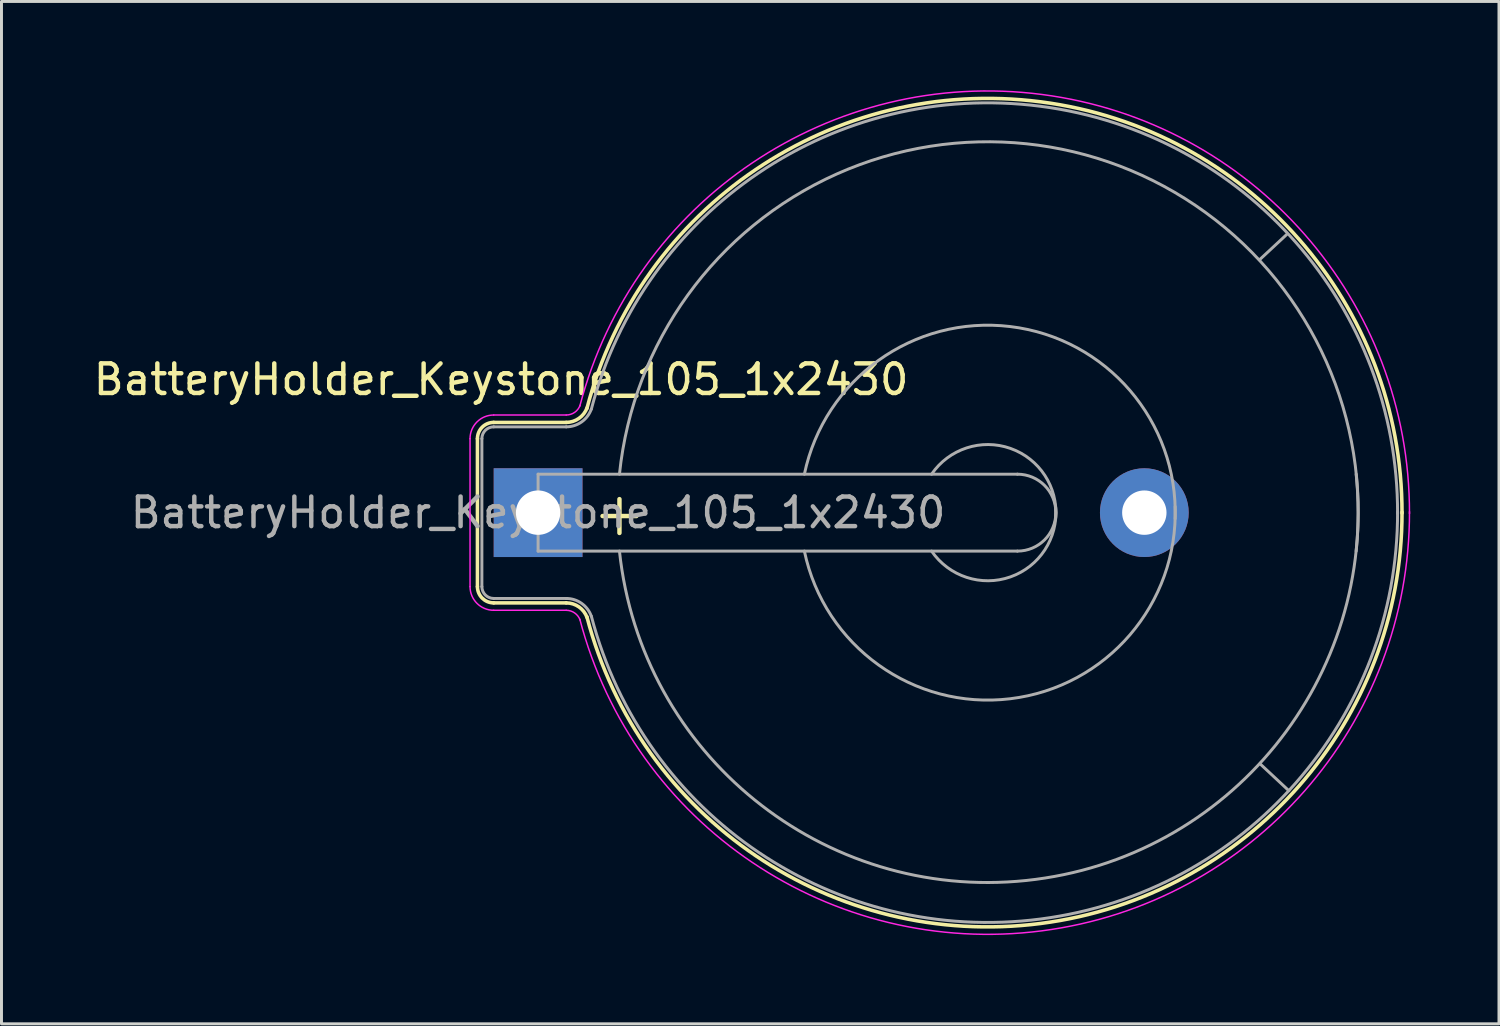
<source format=kicad_pcb>
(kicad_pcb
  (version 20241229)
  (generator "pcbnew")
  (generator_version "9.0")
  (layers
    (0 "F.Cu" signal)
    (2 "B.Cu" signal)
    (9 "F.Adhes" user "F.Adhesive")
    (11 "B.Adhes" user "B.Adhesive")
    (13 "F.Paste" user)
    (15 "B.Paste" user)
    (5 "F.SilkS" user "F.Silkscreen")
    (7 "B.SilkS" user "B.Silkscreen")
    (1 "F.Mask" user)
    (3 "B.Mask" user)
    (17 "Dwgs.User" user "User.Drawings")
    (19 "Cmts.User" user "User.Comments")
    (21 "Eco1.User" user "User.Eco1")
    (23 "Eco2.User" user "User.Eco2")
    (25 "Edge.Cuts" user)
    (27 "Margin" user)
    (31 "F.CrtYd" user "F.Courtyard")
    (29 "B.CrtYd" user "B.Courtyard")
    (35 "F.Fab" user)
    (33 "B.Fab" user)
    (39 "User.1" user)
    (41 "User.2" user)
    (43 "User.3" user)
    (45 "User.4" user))
  (footprint "BatteryHolder_Keystone_105_1x2430"
    (layer "F.Cu")
    (at 15.137 14.277)
    (property "Reference" "BatteryHolder_Keystone_105_1x2430" (at -1.25 -4.5 0) (layer "F.SilkS") (effects (font (size 1 1) (thickness 0.15))))
    (attr through_hole)
    (fp_line (start -2.05 -2.5) (end -2.05 2.5) (stroke (width 0.12) (type solid)) (layer "F.SilkS"))
    (fp_line (start -1.5 3.05) (end 0.95 3.05) (stroke (width 0.12) (type solid)) (layer "F.SilkS"))
    (fp_line (start 0.95 -3.05) (end -1.5 -3.05) (stroke (width 0.12) (type solid)) (layer "F.SilkS"))
    (fp_arc (start -2.05 -2.5) (mid -1.888909 -2.888909) (end -1.5 -3.05) (stroke (width 0.12) (type solid)) (layer "F.SilkS"))
    (fp_arc (start -1.5 3.05) (mid -1.888909 2.888909) (end -2.05 2.5) (stroke (width 0.12) (type solid)) (layer "F.SilkS"))
    (fp_arc (start 0.95 3.05) (mid 1.380182 3.185636) (end 1.654769 3.543485) (stroke (width 0.12) (type solid)) (layer "F.SilkS"))
    (fp_arc (start 1.65 -3.52) (mid 16.981862 -13.885887) (end 29.199738 0.015231) (stroke (width 0.12) (type solid)) (layer "F.SilkS"))
    (fp_arc (start 1.654769 -3.543485) (mid 1.380182 -3.185636) (end 0.95 -3.05) (stroke (width 0.12) (type solid)) (layer "F.SilkS"))
    (fp_arc (start 29.199738 -0.015231) (mid 16.981862 13.885887) (end 1.65 3.52) (stroke (width 0.12) (type solid)) (layer "F.SilkS"))
    (fp_line (start -2.3 -2.5) (end -2.3 2.5) (stroke (width 0.05) (type solid)) (layer "F.CrtYd"))
    (fp_line (start -1.5 3.3) (end 0.95 3.3) (stroke (width 0.05) (type solid)) (layer "F.CrtYd"))
    (fp_line (start 0.95 -3.3) (end -1.5 -3.3) (stroke (width 0.05) (type solid)) (layer "F.CrtYd"))
    (fp_arc (start -2.3 -2.5) (mid -2.065685 -3.065685) (end -1.5 -3.3) (stroke (width 0.05) (type solid)) (layer "F.CrtYd"))
    (fp_arc (start -1.5 3.3) (mid -2.065685 3.065685) (end -2.3 2.5) (stroke (width 0.05) (type solid)) (layer "F.CrtYd"))
    (fp_arc (start 0.95 3.3) (mid 1.236788 3.390424) (end 1.419846 3.62899) (stroke (width 0.05) (type solid)) (layer "F.CrtYd"))
    (fp_arc (start 1.41 -3.6) (mid 17.030934 -14.134065) (end 29.452124 0.032591) (stroke (width 0.05) (type solid)) (layer "F.CrtYd"))
    (fp_arc (start 1.419846 -3.62899) (mid 1.236788 -3.390424) (end 0.95 -3.3) (stroke (width 0.05) (type solid)) (layer "F.CrtYd"))
    (fp_arc (start 29.452124 -0.032591) (mid 17.030934 14.134065) (end 1.41 3.6) (stroke (width 0.05) (type solid)) (layer "F.CrtYd"))
    (fp_line (start -1.9 -2.5) (end -1.9 2.5) (stroke (width 0.1) (type solid)) (layer "F.Fab"))
    (fp_line (start -1.5 2.9) (end 0.95 2.9) (stroke (width 0.1) (type solid)) (layer "F.Fab"))
    (fp_line (start 0 -1.3) (end 0 1.3) (stroke (width 0.1) (type solid)) (layer "F.Fab"))
    (fp_line (start 0 1.3) (end 16.2 1.3) (stroke (width 0.1) (type solid)) (layer "F.Fab"))
    (fp_line (start 0.95 -2.9) (end -1.5 -2.9) (stroke (width 0.1) (type solid)) (layer "F.Fab"))
    (fp_line (start 16.2 -1.3) (end 0 -1.3) (stroke (width 0.1) (type solid)) (layer "F.Fab"))
    (fp_line (start 24.384 -8.547) (end 25.299 -9.399) (stroke (width 0.1) (type solid)) (layer "F.Fab"))
    (fp_line (start 24.409 8.496) (end 25.375 9.398) (stroke (width 0.1) (type solid)) (layer "F.Fab"))
    (fp_arc (start -1.9 -2.5) (mid -1.782843 -2.782843) (end -1.5 -2.9) (stroke (width 0.1) (type solid)) (layer "F.Fab"))
    (fp_arc (start -1.5 2.9) (mid -1.782843 2.782843) (end -1.9 2.5) (stroke (width 0.1) (type solid)) (layer "F.Fab"))
    (fp_arc (start 0.95 2.9) (mid 1.466219 3.062763) (end 1.795723 3.492182) (stroke (width 0.1) (type solid)) (layer "F.Fab"))
    (fp_arc (start 1.795723 -3.492182) (mid 1.466219 -3.062763) (end 0.95 -2.9) (stroke (width 0.1) (type solid)) (layer "F.Fab"))
    (fp_arc (start 1.8 -3.5) (mid 16.980951 -13.734563) (end 29.049508 0.033425) (stroke (width 0.1) (type solid)) (layer "F.Fab"))
    (fp_arc (start 2.75 -1.3) (mid 16.5 -12.45) (end 27.65 1.3) (stroke (width 0.1) (type solid)) (layer "F.Fab"))
    (fp_arc (start 9 -1.3) (mid 15.954687 -6.28971) (end 21.531551 0.203631) (stroke (width 0.1) (type solid)) (layer "F.Fab"))
    (fp_arc (start 13.3 -1.3) (mid 15.963947 -2.171724) (end 17.495448 0.175833) (stroke (width 0.1) (type solid)) (layer "F.Fab"))
    (fp_arc (start 16.2 -1.3) (mid 17.5 0) (end 16.2 1.3) (stroke (width 0.1) (type solid)) (layer "F.Fab"))
    (fp_arc (start 17.495448 -0.175833) (mid 15.963947 2.171724) (end 13.3 1.3) (stroke (width 0.1) (type solid)) (layer "F.Fab"))
    (fp_arc (start 21.531551 -0.203631) (mid 15.954687 6.28971) (end 9 1.3) (stroke (width 0.1) (type solid)) (layer "F.Fab"))
    (fp_arc (start 27.65 -1.3) (mid 16.5 12.45) (end 2.75 1.3) (stroke (width 0.1) (type solid)) (layer "F.Fab"))
    (fp_arc (start 29.049508 -0.033425) (mid 16.980951 13.734562) (end 1.8 3.5) (stroke (width 0.1) (type solid)) (layer "F.Fab"))
    (fp_text user "+" (at 2.75 0 0) (layer "F.SilkS") (effects (font (size 1.5 1.5) (thickness 0.15))))
    (fp_text user "${REFERENCE}" (at 0 0 0) (layer "F.Fab") (effects (font (size 1 1) (thickness 0.15))))
    (pad "1" thru_hole rect (at 0 0) (size 3 3) (drill 1.5) (layers "*.Cu" "*.Mask"))
    (pad "2" thru_hole circle (at 20.49 0) (size 3 3) (drill 1.5) (layers "*.Cu" "*.Mask")))
  (gr_rect
    (start -3 -3)
    (end 47.614 31.554)
    (stroke (width 0.1) (type default))
    (fill no)
    (layer "Edge.Cuts")))
</source>
